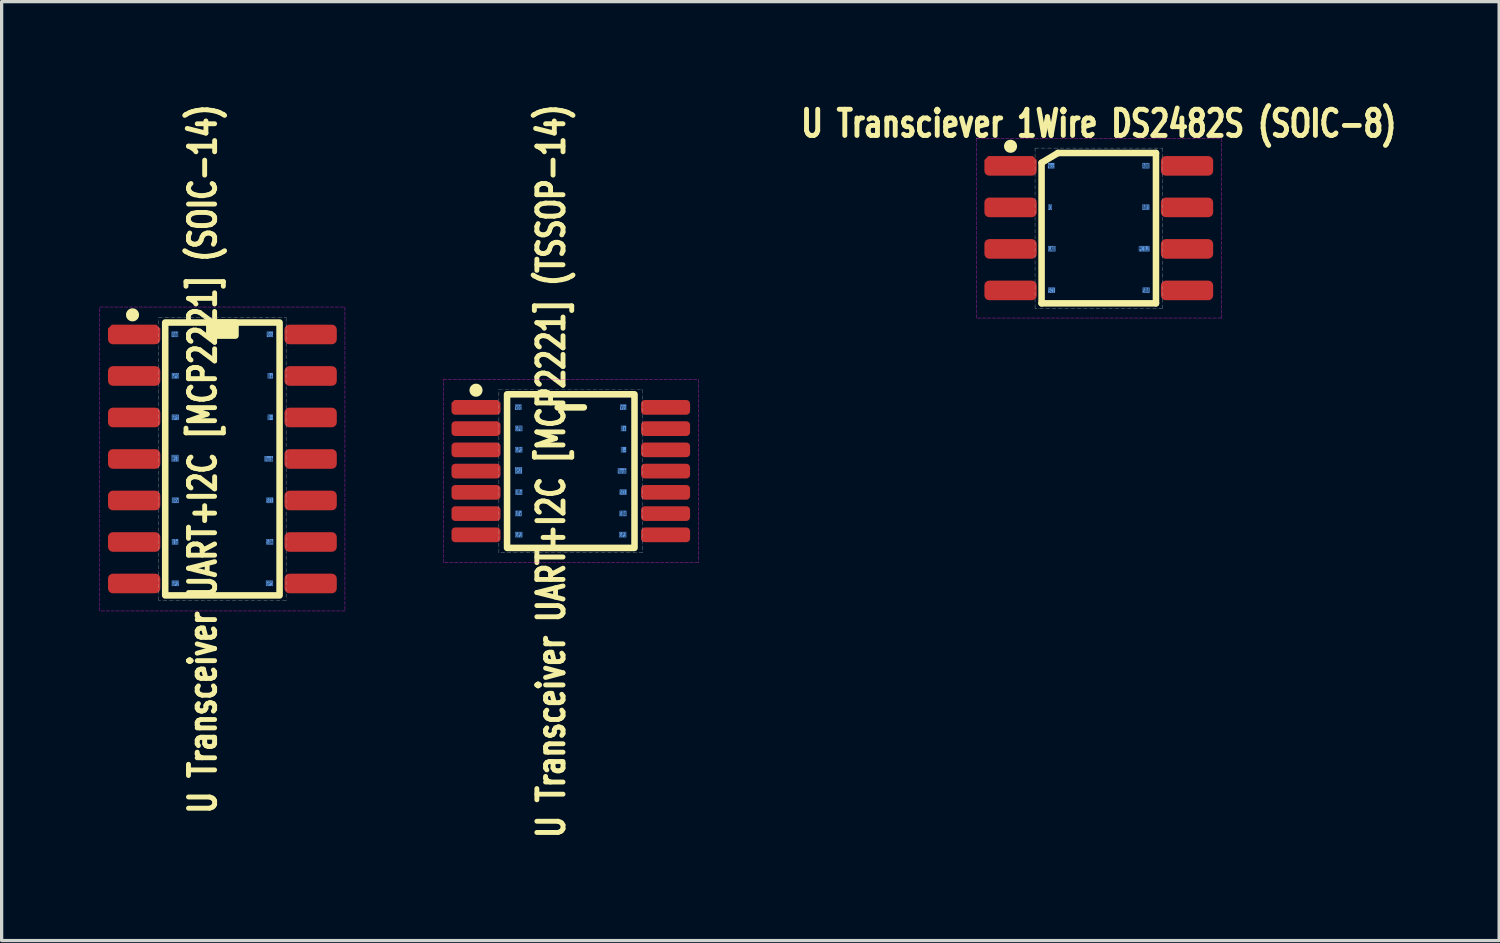
<source format=kicad_pcb>
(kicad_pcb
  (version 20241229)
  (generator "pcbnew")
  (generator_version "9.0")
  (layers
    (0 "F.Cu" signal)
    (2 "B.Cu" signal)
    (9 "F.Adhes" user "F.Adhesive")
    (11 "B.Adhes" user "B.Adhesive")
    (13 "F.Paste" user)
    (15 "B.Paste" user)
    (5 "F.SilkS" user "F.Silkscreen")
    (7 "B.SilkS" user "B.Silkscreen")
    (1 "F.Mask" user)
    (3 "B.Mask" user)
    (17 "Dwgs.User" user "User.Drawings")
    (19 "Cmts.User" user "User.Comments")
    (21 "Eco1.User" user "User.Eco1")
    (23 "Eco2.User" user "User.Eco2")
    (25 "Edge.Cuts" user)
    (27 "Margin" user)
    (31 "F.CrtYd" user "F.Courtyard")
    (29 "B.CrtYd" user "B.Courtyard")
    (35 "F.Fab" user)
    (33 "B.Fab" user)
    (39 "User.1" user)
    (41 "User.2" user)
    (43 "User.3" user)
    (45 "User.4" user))
  (footprint "U Transceiver UART+I2C [MCP2221] (TSSOP-14)"
    (layer "F.Cu")
    (at 14.415 11.365)
    (property "Reference" "U Transceiver UART+I2C [MCP2221] (TSSOP-14)" (at -0.6 0 90) (layer "F.SilkS") (effects (font (size 0.8 0.6) (thickness 0.15))))
    (attr smd)
    (fp_line (start -0.4 -1.95) (end 0.4 -1.95) (stroke (width 0.2) (type default)) (layer "F.SilkS"))
    (fp_rect (start -1.95 -2.35) (end 1.95 2.35) (stroke (width 0.2) (type default)) (fill no) (layer "F.SilkS"))
    (fp_circle (center -2.9 -2.475) (end -2.75 -2.475) (stroke (width 0.1) (type solid)) (fill yes) (layer "F.SilkS"))
    (fp_rect (start -3.9 -2.8) (end 3.9 2.8) (stroke (width 0.01) (type dash)) (fill no) (layer "F.CrtYd"))
    (fp_rect (start -2.2 -2.5) (end 2.2 2.5) (stroke (width 0.01) (type dash_dot)) (fill no) (layer "F.Fab"))
    (fp_text user "Vusb" (at 1.7 0 0) (layer "Cmts.User" knockout) (effects (font (size 0.13 0.07) (thickness 0.01) (bold yes)) (justify right)))
    (fp_text user "GP2" (at -1.7 1.95 0) (layer "Cmts.User" knockout) (effects (font (size 0.13 0.07) (thickness 0.01)) (justify left)))
    (fp_text user "D-" (at 1.7 -0.65 0) (layer "Cmts.User" knockout) (effects (font (size 0.13 0.07) (thickness 0.01)) (justify right)))
    (fp_text user "D+" (at 1.7 -1.3 0) (layer "Cmts.User" knockout) (effects (font (size 0.13 0.07) (thickness 0.01)) (justify right)))
    (fp_text user "GP3" (at 1.7 1.95 0) (layer "Cmts.User" knockout) (effects (font (size 0.13 0.07) (thickness 0.01)) (justify right)))
    (fp_text user "GP1" (at -1.7 -0.65 0) (layer "Cmts.User" knockout) (effects (font (size 0.13 0.07) (thickness 0.01)) (justify left)))
    (fp_text user "Vdd" (at -1.7 -1.95 0) (layer "Cmts.User" knockout) (effects (font (size 0.13 0.07) (thickness 0.01) (bold yes)) (justify left)))
    (fp_text user "URx" (at -1.7 0.65 0) (layer "Cmts.User" knockout) (effects (font (size 0.13 0.07) (thickness 0.01)) (justify left)))
    (fp_text user "SCL" (at 1.7 0.65 0) (layer "Cmts.User" knockout) (effects (font (size 0.13 0.07) (thickness 0.01) (bold yes)) (justify right)))
    (fp_text user "UTx" (at -1.7 1.3 0) (layer "Cmts.User" knockout) (effects (font (size 0.13 0.07) (thickness 0.01)) (justify left)))
    (fp_text user "GP0" (at -1.7 -1.3 0) (layer "Cmts.User" knockout) (effects (font (size 0.13 0.07) (thickness 0.01)) (justify left)))
    (fp_text user "SDA" (at 1.7 1.3 0) (layer "Cmts.User" knockout) (effects (font (size 0.13 0.07) (thickness 0.01) (bold yes)) (justify right)))
    (fp_text user "~{RST}" (at -1.7 0 0) (layer "Cmts.User" knockout) (effects (font (size 0.13 0.07) (thickness 0.01) (bold yes)) (justify left)))
    (fp_text user "Vss" (at 1.7 -1.95 0) (layer "Cmts.User" knockout) (effects (font (size 0.13 0.07) (thickness 0.01) (bold yes)) (justify right)))
    (pad "1" smd roundrect (at -2.9 -1.95) (size 1.5 0.45) (layers "F.Cu" "F.Mask" "F.Paste") (roundrect_rratio 0.25) (chamfer_ratio 0.2) (chamfer top_left top_right))
    (pad "2" smd roundrect (at -2.9 -1.3) (size 1.5 0.45) (layers "F.Cu" "F.Mask" "F.Paste") (roundrect_rratio 0.25))
    (pad "3" smd roundrect (at -2.9 -0.65) (size 1.5 0.45) (layers "F.Cu" "F.Mask" "F.Paste") (roundrect_rratio 0.25))
    (pad "4" smd roundrect (at -2.9 0) (size 1.5 0.45) (layers "F.Cu" "F.Mask" "F.Paste") (roundrect_rratio 0.25))
    (pad "5" smd roundrect (at -2.9 0.65) (size 1.5 0.45) (layers "F.Cu" "F.Mask" "F.Paste") (roundrect_rratio 0.25))
    (pad "6" smd roundrect (at -2.9 1.3) (size 1.5 0.45) (layers "F.Cu" "F.Mask" "F.Paste") (roundrect_rratio 0.25))
    (pad "7" smd roundrect (at -2.9 1.95) (size 1.5 0.45) (layers "F.Cu" "F.Mask" "F.Paste") (roundrect_rratio 0.25))
    (pad "8" smd roundrect (at 2.9 1.95) (size 1.5 0.45) (layers "F.Cu" "F.Mask" "F.Paste") (roundrect_rratio 0.25))
    (pad "9" smd roundrect (at 2.9 1.3) (size 1.5 0.45) (layers "F.Cu" "F.Mask" "F.Paste") (roundrect_rratio 0.25))
    (pad "10" smd roundrect (at 2.9 0.65) (size 1.5 0.45) (layers "F.Cu" "F.Mask" "F.Paste") (roundrect_rratio 0.25))
    (pad "11" smd roundrect (at 2.9 0) (size 1.5 0.45) (layers "F.Cu" "F.Mask" "F.Paste") (roundrect_rratio 0.25))
    (pad "12" smd roundrect (at 2.9 -0.65) (size 1.5 0.45) (layers "F.Cu" "F.Mask" "F.Paste") (roundrect_rratio 0.25))
    (pad "13" smd roundrect (at 2.9 -1.3) (size 1.5 0.45) (layers "F.Cu" "F.Mask" "F.Paste") (roundrect_rratio 0.25))
    (pad "14" smd roundrect (at 2.9 -1.95) (size 1.5 0.45) (layers "F.Cu" "F.Mask" "F.Paste") (roundrect_rratio 0.25)))
  (footprint "U Transceiver UART+I2C [MCP2221] (SOIC-14)"
    (layer "F.Cu")
    (at 3.755 10.994)
    (property "Reference" "U Transceiver UART+I2C [MCP2221] (SOIC-14)" (at -0.6 0 90) (layer "F.SilkS") (effects (font (size 0.8 0.6) (thickness 0.15))))
    (attr smd)
    (fp_rect (start -1.75 -4.175) (end 1.75 4.175) (stroke (width 0.2) (type default)) (fill no) (layer "F.SilkS"))
    (fp_rect (start -0.4 -4.175) (end 0.4 -3.775) (stroke (width 0.2) (type solid)) (fill yes) (layer "F.SilkS"))
    (fp_circle (center -2.75 -4.41) (end -2.6 -4.41) (stroke (width 0.1) (type solid)) (fill yes) (layer "F.SilkS"))
    (fp_rect (start -3.75 -4.65) (end 3.75 4.65) (stroke (width 0.01) (type dash)) (fill no) (layer "F.CrtYd"))
    (fp_rect (start -1.95 -4.325) (end 1.95 4.325) (stroke (width 0.01) (type dash_dot)) (fill no) (layer "F.Fab"))
    (fp_text user "Vdd" (at -1.55 -3.81 0) (layer "Cmts.User" knockout) (effects (font (size 0.13 0.07) (thickness 0.01) (bold yes)) (justify left)))
    (fp_text user "GP3" (at 1.55 3.81 0) (layer "Cmts.User" knockout) (effects (font (size 0.13 0.07) (thickness 0.01)) (justify right)))
    (fp_text user "URx" (at -1.55 1.27 0) (layer "Cmts.User" knockout) (effects (font (size 0.13 0.07) (thickness 0.01)) (justify left)))
    (fp_text user "GP0" (at -1.55 -2.54 0) (layer "Cmts.User" knockout) (effects (font (size 0.13 0.07) (thickness 0.01)) (justify left)))
    (fp_text user "UTx" (at -1.55 2.54 0) (layer "Cmts.User" knockout) (effects (font (size 0.13 0.07) (thickness 0.01)) (justify left)))
    (fp_text user "~{RST}" (at -1.55 0 0) (layer "Cmts.User" knockout) (effects (font (size 0.13 0.07) (thickness 0.01) (bold yes)) (justify left)))
    (fp_text user "GP2" (at -1.55 3.81 0) (layer "Cmts.User" knockout) (effects (font (size 0.13 0.07) (thickness 0.01)) (justify left)))
    (fp_text user "SCL" (at 1.55 1.27 0) (layer "Cmts.User" knockout) (effects (font (size 0.13 0.07) (thickness 0.01) (bold yes)) (justify right)))
    (fp_text user "D-" (at 1.55 -1.27 0) (layer "Cmts.User" knockout) (effects (font (size 0.13 0.07) (thickness 0.01)) (justify right)))
    (fp_text user "GP1" (at -1.55 -1.27 0) (layer "Cmts.User" knockout) (effects (font (size 0.13 0.07) (thickness 0.01)) (justify left)))
    (fp_text user "SDA" (at 1.55 2.54 0) (layer "Cmts.User" knockout) (effects (font (size 0.13 0.07) (thickness 0.01) (bold yes)) (justify right)))
    (fp_text user "D+" (at 1.55 -2.54 0) (layer "Cmts.User" knockout) (effects (font (size 0.13 0.07) (thickness 0.01)) (justify right)))
    (fp_text user "Vss" (at 1.55 -3.81 0) (layer "Cmts.User" knockout) (effects (font (size 0.13 0.07) (thickness 0.01) (bold yes)) (justify right)))
    (fp_text user "Vusb" (at 1.55 0 0) (layer "Cmts.User" knockout) (effects (font (size 0.13 0.07) (thickness 0.01) (bold yes)) (justify right)))
    (pad "1" smd roundrect (at -2.7 -3.81) (size 1.6 0.6) (layers "F.Cu" "F.Mask" "F.Paste") (roundrect_rratio 0.25) (chamfer_ratio 0.2) (chamfer top_left top_right))
    (pad "2" smd roundrect (at -2.7 -2.54) (size 1.6 0.6) (layers "F.Cu" "F.Mask" "F.Paste") (roundrect_rratio 0.25))
    (pad "3" smd roundrect (at -2.7 -1.27) (size 1.6 0.6) (layers "F.Cu" "F.Mask" "F.Paste") (roundrect_rratio 0.25))
    (pad "4" smd roundrect (at -2.7 0) (size 1.6 0.6) (layers "F.Cu" "F.Mask" "F.Paste") (roundrect_rratio 0.25))
    (pad "5" smd roundrect (at -2.7 1.27) (size 1.6 0.6) (layers "F.Cu" "F.Mask" "F.Paste") (roundrect_rratio 0.25))
    (pad "6" smd roundrect (at -2.7 2.54) (size 1.6 0.6) (layers "F.Cu" "F.Mask" "F.Paste") (roundrect_rratio 0.25))
    (pad "7" smd roundrect (at -2.7 3.81) (size 1.6 0.6) (layers "F.Cu" "F.Mask" "F.Paste") (roundrect_rratio 0.25))
    (pad "8" smd roundrect (at 2.7 3.81) (size 1.6 0.6) (layers "F.Cu" "F.Mask" "F.Paste") (roundrect_rratio 0.25))
    (pad "9" smd roundrect (at 2.7 2.54) (size 1.6 0.6) (layers "F.Cu" "F.Mask" "F.Paste") (roundrect_rratio 0.25))
    (pad "10" smd roundrect (at 2.7 1.27) (size 1.6 0.6) (layers "F.Cu" "F.Mask" "F.Paste") (roundrect_rratio 0.25))
    (pad "11" smd roundrect (at 2.7 0) (size 1.6 0.6) (layers "F.Cu" "F.Mask" "F.Paste") (roundrect_rratio 0.25))
    (pad "12" smd roundrect (at 2.7 -1.27) (size 1.6 0.6) (layers "F.Cu" "F.Mask" "F.Paste") (roundrect_rratio 0.25))
    (pad "13" smd roundrect (at 2.7 -2.54) (size 1.6 0.6) (layers "F.Cu" "F.Mask" "F.Paste") (roundrect_rratio 0.25))
    (pad "14" smd roundrect (at 2.7 -3.81) (size 1.6 0.6) (layers "F.Cu" "F.Mask" "F.Paste") (roundrect_rratio 0.25)))
  (footprint "U Transciever 1Wire DS2482S (SOIC-8)"
    (layer "F.Cu")
    (at 30.571 3.931)
    (property "Reference" "U Transciever 1Wire DS2482S (SOIC-8)" (at 0 -3.2 0) (layer "F.SilkS") (effects (font (size 0.8 0.6) (thickness 0.15))))
    (attr smd)
    (fp_line (start -1.75 -2) (end -1.25 -2.3) (stroke (width 0.2) (type default)) (layer "F.SilkS"))
    (fp_line (start -1.75 2.3) (end -1.75 -2) (stroke (width 0.2) (type default)) (layer "F.SilkS"))
    (fp_line (start -1.25 -2.3) (end 1.75 -2.3) (stroke (width 0.2) (type default)) (layer "F.SilkS"))
    (fp_line (start 1.75 -2.3) (end 1.75 2.3) (stroke (width 0.2) (type default)) (layer "F.SilkS"))
    (fp_line (start 1.75 2.3) (end -1.75 2.3) (stroke (width 0.2) (type default)) (layer "F.SilkS"))
    (fp_circle (center -2.7 -2.505) (end -2.55 -2.505) (stroke (width 0.1) (type solid)) (fill yes) (layer "F.SilkS"))
    (fp_rect (start -3.75 -2.75) (end 3.75 2.75) (stroke (width 0.01) (type dash)) (fill no) (layer "F.CrtYd"))
    (fp_rect (start -1.95 -2.45) (end 1.95 2.45) (stroke (width 0.01) (type dash_dot)) (fill no) (layer "F.Fab"))
    (fp_text user "GND" (at -1.55 0.635 0) (layer "Cmts.User" knockout) (effects (font (size 0.13 0.07) (thickness 0.01)) (justify left)))
    (fp_text user "AD0" (at 1.55 -1.905 0) (layer "Cmts.User" knockout) (effects (font (size 0.13 0.07) (thickness 0.01) (bold yes)) (justify right)))
    (fp_text user "PCTLZ" (at 1.55 0.635 0) (layer "Cmts.User" knockout) (effects (font (size 0.13 0.07) (thickness 0.01)) (justify right)))
    (fp_text user "SDA" (at 1.55 1.905 0) (layer "Cmts.User" knockout) (effects (font (size 0.13 0.07) (thickness 0.01) (bold yes)) (justify right)))
    (fp_text user "Vcc" (at -1.55 -1.905 0) (layer "Cmts.User" knockout) (effects (font (size 0.13 0.07) (thickness 0.01)) (justify left)))
    (fp_text user "IO" (at -1.55 -0.635 0) (layer "Cmts.User" knockout) (effects (font (size 0.13 0.07) (thickness 0.01)) (justify left)))
    (fp_text user "AD1" (at 1.55 -0.635 0) (layer "Cmts.User" knockout) (effects (font (size 0.13 0.07) (thickness 0.01)) (justify right)))
    (fp_text user "SCL" (at -1.55 1.905 0) (layer "Cmts.User" knockout) (effects (font (size 0.13 0.07) (thickness 0.01)) (justify left)))
    (pad "1" smd roundrect (at -2.7 -1.905) (size 1.6 0.6) (layers "F.Cu" "F.Mask" "F.Paste") (roundrect_rratio 0.25) (chamfer_ratio 0.2) (chamfer top_left top_right))
    (pad "2" smd roundrect (at -2.7 -0.635) (size 1.6 0.6) (layers "F.Cu" "F.Mask" "F.Paste") (roundrect_rratio 0.25))
    (pad "3" smd roundrect (at -2.7 0.635) (size 1.6 0.6) (layers "F.Cu" "F.Mask" "F.Paste") (roundrect_rratio 0.25))
    (pad "4" smd roundrect (at -2.7 1.905) (size 1.6 0.6) (layers "F.Cu" "F.Mask" "F.Paste") (roundrect_rratio 0.25))
    (pad "5" smd roundrect (at 2.7 1.905) (size 1.6 0.6) (layers "F.Cu" "F.Mask" "F.Paste") (roundrect_rratio 0.25))
    (pad "6" smd roundrect (at 2.7 0.635) (size 1.6 0.6) (layers "F.Cu" "F.Mask" "F.Paste") (roundrect_rratio 0.25))
    (pad "7" smd roundrect (at 2.7 -0.635) (size 1.6 0.6) (layers "F.Cu" "F.Mask" "F.Paste") (roundrect_rratio 0.25))
    (pad "8" smd roundrect (at 2.7 -1.905) (size 1.6 0.6) (layers "F.Cu" "F.Mask" "F.Paste") (roundrect_rratio 0.25)))
  (gr_rect
    (start -3 -3)
    (end 42.821 25.73)
    (stroke (width 0.1) (type default))
    (fill no)
    (layer "Edge.Cuts")))
</source>
